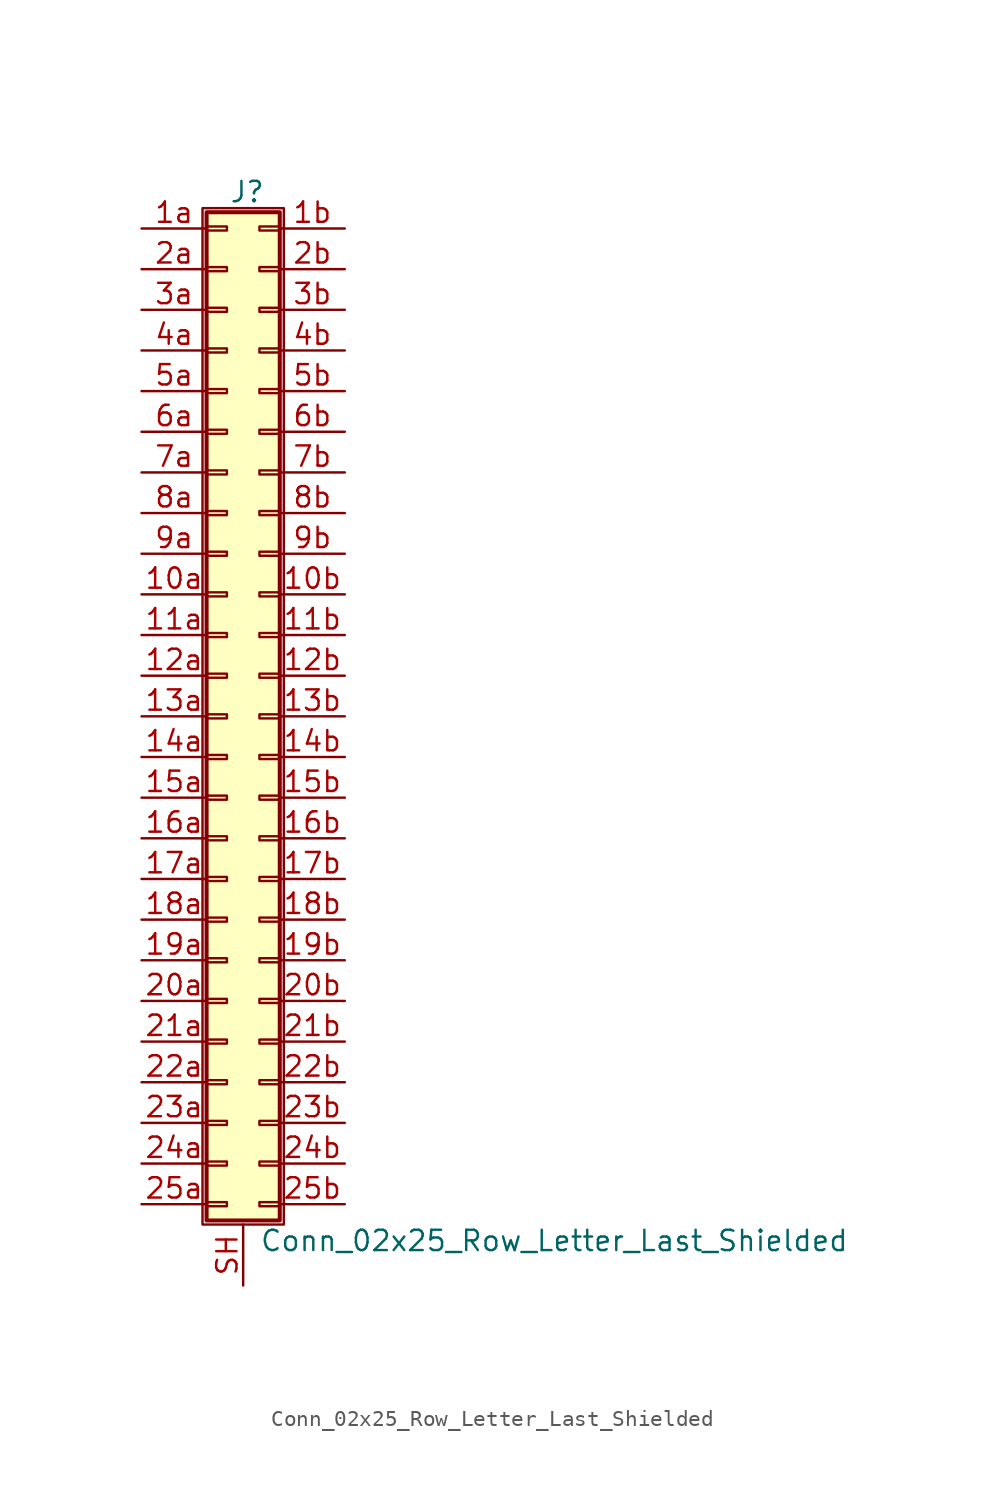
<source format=kicad_sym>
(kicad_symbol_lib
  (version 20201005)
  (generator kicad_symbol_editor)
  (symbol "Conn_02x25_Row_Letter_Last_Shielded"
    (pin_names
      (offset 1.016) hide)
    (property "Reference" "J"
      (at 1.524 32.766 0)
      (effects (font (size 1.27 1.27))))
    (property "Value" "Conn_02x25_Row_Letter_Last_Shielded"
      (at 2.286 -32.766 0)
      (effects (font (size 1.27 1.27)) (justify left)))
    (symbol "Conn_02x25_Row_Letter_Last_Shielded_1_1"
      (rectangle (start -1.27 31.75) (end 3.81 -31.75) (stroke (width 0.152)) (fill (type none)))
      (rectangle (start -1.016 -30.353) (end 0.254 -30.607) (stroke (width 0.152)) (fill (type none)))
      (rectangle (start -1.016 -27.813) (end 0.254 -28.067) (stroke (width 0.152)) (fill (type none)))
      (rectangle (start -1.016 -25.273) (end 0.254 -25.527) (stroke (width 0.152)) (fill (type none)))
      (rectangle (start -1.016 -22.733) (end 0.254 -22.987) (stroke (width 0.152)) (fill (type none)))
      (rectangle (start -1.016 -20.193) (end 0.254 -20.447) (stroke (width 0.152)) (fill (type none)))
      (rectangle (start -1.016 -17.653) (end 0.254 -17.907) (stroke (width 0.152)) (fill (type none)))
      (rectangle (start -1.016 -15.113) (end 0.254 -15.367) (stroke (width 0.152)) (fill (type none)))
      (rectangle (start -1.016 -12.573) (end 0.254 -12.827) (stroke (width 0.152)) (fill (type none)))
      (rectangle (start -1.016 -10.033) (end 0.254 -10.287) (stroke (width 0.152)) (fill (type none)))
      (rectangle (start -1.016 -7.493) (end 0.254 -7.747) (stroke (width 0.152)) (fill (type none)))
      (rectangle (start -1.016 -4.953) (end 0.254 -5.207) (stroke (width 0.152)) (fill (type none)))
      (rectangle (start -1.016 -2.413) (end 0.254 -2.667) (stroke (width 0.152)) (fill (type none)))
      (rectangle (start -1.016 0.127) (end 0.254 -0.127) (stroke (width 0.152)) (fill (type none)))
      (rectangle (start -1.016 2.667) (end 0.254 2.413) (stroke (width 0.152)) (fill (type none)))
      (rectangle (start -1.016 5.207) (end 0.254 4.953) (stroke (width 0.152)) (fill (type none)))
      (rectangle (start -1.016 7.747) (end 0.254 7.493) (stroke (width 0.152)) (fill (type none)))
      (rectangle (start -1.016 10.287) (end 0.254 10.033) (stroke (width 0.152)) (fill (type none)))
      (rectangle (start -1.016 12.827) (end 0.254 12.573) (stroke (width 0.152)) (fill (type none)))
      (rectangle (start -1.016 15.367) (end 0.254 15.113) (stroke (width 0.152)) (fill (type none)))
      (rectangle (start -1.016 17.907) (end 0.254 17.653) (stroke (width 0.152)) (fill (type none)))
      (rectangle (start -1.016 20.447) (end 0.254 20.193) (stroke (width 0.152)) (fill (type none)))
      (rectangle (start -1.016 22.987) (end 0.254 22.733) (stroke (width 0.152)) (fill (type none)))
      (rectangle (start -1.016 25.527) (end 0.254 25.273) (stroke (width 0.152)) (fill (type none)))
      (rectangle (start -1.016 28.067) (end 0.254 27.813) (stroke (width 0.152)) (fill (type none)))
      (rectangle (start -1.016 30.607) (end 0.254 30.353) (stroke (width 0.152)) (fill (type none)))
      (rectangle (start -1.016 31.496) (end 3.556 -31.496) (stroke (width 0.254)) (fill (type background)))
      (rectangle (start 3.556 -30.353) (end 2.286 -30.607) (stroke (width 0.152)) (fill (type none)))
      (rectangle (start 3.556 -27.813) (end 2.286 -28.067) (stroke (width 0.152)) (fill (type none)))
      (rectangle (start 3.556 -25.273) (end 2.286 -25.527) (stroke (width 0.152)) (fill (type none)))
      (rectangle (start 3.556 -22.733) (end 2.286 -22.987) (stroke (width 0.152)) (fill (type none)))
      (rectangle (start 3.556 -20.193) (end 2.286 -20.447) (stroke (width 0.152)) (fill (type none)))
      (rectangle (start 3.556 -17.653) (end 2.286 -17.907) (stroke (width 0.152)) (fill (type none)))
      (rectangle (start 3.556 -15.113) (end 2.286 -15.367) (stroke (width 0.152)) (fill (type none)))
      (rectangle (start 3.556 -12.573) (end 2.286 -12.827) (stroke (width 0.152)) (fill (type none)))
      (rectangle (start 3.556 -10.033) (end 2.286 -10.287) (stroke (width 0.152)) (fill (type none)))
      (rectangle (start 3.556 -7.493) (end 2.286 -7.747) (stroke (width 0.152)) (fill (type none)))
      (rectangle (start 3.556 -4.953) (end 2.286 -5.207) (stroke (width 0.152)) (fill (type none)))
      (rectangle (start 3.556 -2.413) (end 2.286 -2.667) (stroke (width 0.152)) (fill (type none)))
      (rectangle (start 3.556 0.127) (end 2.286 -0.127) (stroke (width 0.152)) (fill (type none)))
      (rectangle (start 3.556 2.667) (end 2.286 2.413) (stroke (width 0.152)) (fill (type none)))
      (rectangle (start 3.556 5.207) (end 2.286 4.953) (stroke (width 0.152)) (fill (type none)))
      (rectangle (start 3.556 7.747) (end 2.286 7.493) (stroke (width 0.152)) (fill (type none)))
      (rectangle (start 3.556 10.287) (end 2.286 10.033) (stroke (width 0.152)) (fill (type none)))
      (rectangle (start 3.556 12.827) (end 2.286 12.573) (stroke (width 0.152)) (fill (type none)))
      (rectangle (start 3.556 15.367) (end 2.286 15.113) (stroke (width 0.152)) (fill (type none)))
      (rectangle (start 3.556 17.907) (end 2.286 17.653) (stroke (width 0.152)) (fill (type none)))
      (rectangle (start 3.556 20.447) (end 2.286 20.193) (stroke (width 0.152)) (fill (type none)))
      (rectangle (start 3.556 22.987) (end 2.286 22.733) (stroke (width 0.152)) (fill (type none)))
      (rectangle (start 3.556 25.527) (end 2.286 25.273) (stroke (width 0.152)) (fill (type none)))
      (rectangle (start 3.556 28.067) (end 2.286 27.813) (stroke (width 0.152)) (fill (type none)))
      (rectangle (start 3.556 30.607) (end 2.286 30.353) (stroke (width 0.152)) (fill (type none)))
      (pin passive line (at -5.08 7.62 0) (length 4.064) (name "Pin_10a" (effects (font (size 1.27 1.27)))) (number "10a" (effects (font (size 1.27 1.27)))))
      (pin passive line (at 7.62 7.62 180) (length 4.064) (name "Pin_10b" (effects (font (size 1.27 1.27)))) (number "10b" (effects (font (size 1.27 1.27)))))
      (pin passive line (at -5.08 5.08 0) (length 4.064) (name "Pin_11a" (effects (font (size 1.27 1.27)))) (number "11a" (effects (font (size 1.27 1.27)))))
      (pin passive line (at 7.62 5.08 180) (length 4.064) (name "Pin_11b" (effects (font (size 1.27 1.27)))) (number "11b" (effects (font (size 1.27 1.27)))))
      (pin passive line (at -5.08 2.54 0) (length 4.064) (name "Pin_12a" (effects (font (size 1.27 1.27)))) (number "12a" (effects (font (size 1.27 1.27)))))
      (pin passive line (at 7.62 2.54 180) (length 4.064) (name "Pin_12b" (effects (font (size 1.27 1.27)))) (number "12b" (effects (font (size 1.27 1.27)))))
      (pin passive line (at -5.08 0 0) (length 4.064) (name "Pin_13a" (effects (font (size 1.27 1.27)))) (number "13a" (effects (font (size 1.27 1.27)))))
      (pin passive line (at 7.62 0 180) (length 4.064) (name "Pin_13b" (effects (font (size 1.27 1.27)))) (number "13b" (effects (font (size 1.27 1.27)))))
      (pin passive line (at -5.08 -2.54 0) (length 4.064) (name "Pin_14a" (effects (font (size 1.27 1.27)))) (number "14a" (effects (font (size 1.27 1.27)))))
      (pin passive line (at 7.62 -2.54 180) (length 4.064) (name "Pin_14b" (effects (font (size 1.27 1.27)))) (number "14b" (effects (font (size 1.27 1.27)))))
      (pin passive line (at -5.08 -5.08 0) (length 4.064) (name "Pin_15a" (effects (font (size 1.27 1.27)))) (number "15a" (effects (font (size 1.27 1.27)))))
      (pin passive line (at 7.62 -5.08 180) (length 4.064) (name "Pin_15b" (effects (font (size 1.27 1.27)))) (number "15b" (effects (font (size 1.27 1.27)))))
      (pin passive line (at -5.08 -7.62 0) (length 4.064) (name "Pin_16a" (effects (font (size 1.27 1.27)))) (number "16a" (effects (font (size 1.27 1.27)))))
      (pin passive line (at 7.62 -7.62 180) (length 4.064) (name "Pin_16b" (effects (font (size 1.27 1.27)))) (number "16b" (effects (font (size 1.27 1.27)))))
      (pin passive line (at -5.08 -10.16 0) (length 4.064) (name "Pin_17a" (effects (font (size 1.27 1.27)))) (number "17a" (effects (font (size 1.27 1.27)))))
      (pin passive line (at 7.62 -10.16 180) (length 4.064) (name "Pin_17b" (effects (font (size 1.27 1.27)))) (number "17b" (effects (font (size 1.27 1.27)))))
      (pin passive line (at -5.08 -12.7 0) (length 4.064) (name "Pin_18a" (effects (font (size 1.27 1.27)))) (number "18a" (effects (font (size 1.27 1.27)))))
      (pin passive line (at 7.62 -12.7 180) (length 4.064) (name "Pin_18b" (effects (font (size 1.27 1.27)))) (number "18b" (effects (font (size 1.27 1.27)))))
      (pin passive line (at -5.08 -15.24 0) (length 4.064) (name "Pin_19a" (effects (font (size 1.27 1.27)))) (number "19a" (effects (font (size 1.27 1.27)))))
      (pin passive line (at 7.62 -15.24 180) (length 4.064) (name "Pin_19b" (effects (font (size 1.27 1.27)))) (number "19b" (effects (font (size 1.27 1.27)))))
      (pin passive line (at -5.08 30.48 0) (length 4.064) (name "Pin_1a" (effects (font (size 1.27 1.27)))) (number "1a" (effects (font (size 1.27 1.27)))))
      (pin passive line (at 7.62 30.48 180) (length 4.064) (name "Pin_1b" (effects (font (size 1.27 1.27)))) (number "1b" (effects (font (size 1.27 1.27)))))
      (pin passive line (at -5.08 -17.78 0) (length 4.064) (name "Pin_20a" (effects (font (size 1.27 1.27)))) (number "20a" (effects (font (size 1.27 1.27)))))
      (pin passive line (at 7.62 -17.78 180) (length 4.064) (name "Pin_20b" (effects (font (size 1.27 1.27)))) (number "20b" (effects (font (size 1.27 1.27)))))
      (pin passive line (at -5.08 -20.32 0) (length 4.064) (name "Pin_21a" (effects (font (size 1.27 1.27)))) (number "21a" (effects (font (size 1.27 1.27)))))
      (pin passive line (at 7.62 -20.32 180) (length 4.064) (name "Pin_21b" (effects (font (size 1.27 1.27)))) (number "21b" (effects (font (size 1.27 1.27)))))
      (pin passive line (at -5.08 -22.86 0) (length 4.064) (name "Pin_22a" (effects (font (size 1.27 1.27)))) (number "22a" (effects (font (size 1.27 1.27)))))
      (pin passive line (at 7.62 -22.86 180) (length 4.064) (name "Pin_22b" (effects (font (size 1.27 1.27)))) (number "22b" (effects (font (size 1.27 1.27)))))
      (pin passive line (at -5.08 -25.4 0) (length 4.064) (name "Pin_23a" (effects (font (size 1.27 1.27)))) (number "23a" (effects (font (size 1.27 1.27)))))
      (pin passive line (at 7.62 -25.4 180) (length 4.064) (name "Pin_23b" (effects (font (size 1.27 1.27)))) (number "23b" (effects (font (size 1.27 1.27)))))
      (pin passive line (at -5.08 -27.94 0) (length 4.064) (name "Pin_24a" (effects (font (size 1.27 1.27)))) (number "24a" (effects (font (size 1.27 1.27)))))
      (pin passive line (at 7.62 -27.94 180) (length 4.064) (name "Pin_24b" (effects (font (size 1.27 1.27)))) (number "24b" (effects (font (size 1.27 1.27)))))
      (pin passive line (at -5.08 -30.48 0) (length 4.064) (name "Pin_25a" (effects (font (size 1.27 1.27)))) (number "25a" (effects (font (size 1.27 1.27)))))
      (pin passive line (at 7.62 -30.48 180) (length 4.064) (name "Pin_25b" (effects (font (size 1.27 1.27)))) (number "25b" (effects (font (size 1.27 1.27)))))
      (pin passive line (at -5.08 27.94 0) (length 4.064) (name "Pin_2a" (effects (font (size 1.27 1.27)))) (number "2a" (effects (font (size 1.27 1.27)))))
      (pin passive line (at 7.62 27.94 180) (length 4.064) (name "Pin_2b" (effects (font (size 1.27 1.27)))) (number "2b" (effects (font (size 1.27 1.27)))))
      (pin passive line (at -5.08 25.4 0) (length 4.064) (name "Pin_3a" (effects (font (size 1.27 1.27)))) (number "3a" (effects (font (size 1.27 1.27)))))
      (pin passive line (at 7.62 25.4 180) (length 4.064) (name "Pin_3b" (effects (font (size 1.27 1.27)))) (number "3b" (effects (font (size 1.27 1.27)))))
      (pin passive line (at -5.08 22.86 0) (length 4.064) (name "Pin_4a" (effects (font (size 1.27 1.27)))) (number "4a" (effects (font (size 1.27 1.27)))))
      (pin passive line (at 7.62 22.86 180) (length 4.064) (name "Pin_4b" (effects (font (size 1.27 1.27)))) (number "4b" (effects (font (size 1.27 1.27)))))
      (pin passive line (at -5.08 20.32 0) (length 4.064) (name "Pin_5a" (effects (font (size 1.27 1.27)))) (number "5a" (effects (font (size 1.27 1.27)))))
      (pin passive line (at 7.62 20.32 180) (length 4.064) (name "Pin_5b" (effects (font (size 1.27 1.27)))) (number "5b" (effects (font (size 1.27 1.27)))))
      (pin passive line (at -5.08 17.78 0) (length 4.064) (name "Pin_6a" (effects (font (size 1.27 1.27)))) (number "6a" (effects (font (size 1.27 1.27)))))
      (pin passive line (at 7.62 17.78 180) (length 4.064) (name "Pin_6b" (effects (font (size 1.27 1.27)))) (number "6b" (effects (font (size 1.27 1.27)))))
      (pin passive line (at -5.08 15.24 0) (length 4.064) (name "Pin_7a" (effects (font (size 1.27 1.27)))) (number "7a" (effects (font (size 1.27 1.27)))))
      (pin passive line (at 7.62 15.24 180) (length 4.064) (name "Pin_7b" (effects (font (size 1.27 1.27)))) (number "7b" (effects (font (size 1.27 1.27)))))
      (pin passive line (at -5.08 12.7 0) (length 4.064) (name "Pin_8a" (effects (font (size 1.27 1.27)))) (number "8a" (effects (font (size 1.27 1.27)))))
      (pin passive line (at 7.62 12.7 180) (length 4.064) (name "Pin_8b" (effects (font (size 1.27 1.27)))) (number "8b" (effects (font (size 1.27 1.27)))))
      (pin passive line (at -5.08 10.16 0) (length 4.064) (name "Pin_9a" (effects (font (size 1.27 1.27)))) (number "9a" (effects (font (size 1.27 1.27)))))
      (pin passive line (at 7.62 10.16 180) (length 4.064) (name "Pin_9b" (effects (font (size 1.27 1.27)))) (number "9b" (effects (font (size 1.27 1.27)))))
      (pin passive line (at 1.27 -35.56 90) (length 3.81) (name "Shield" (effects (font (size 1.27 1.27)))) (number "SH" (effects (font (size 1.27 1.27))))))))
</source>
